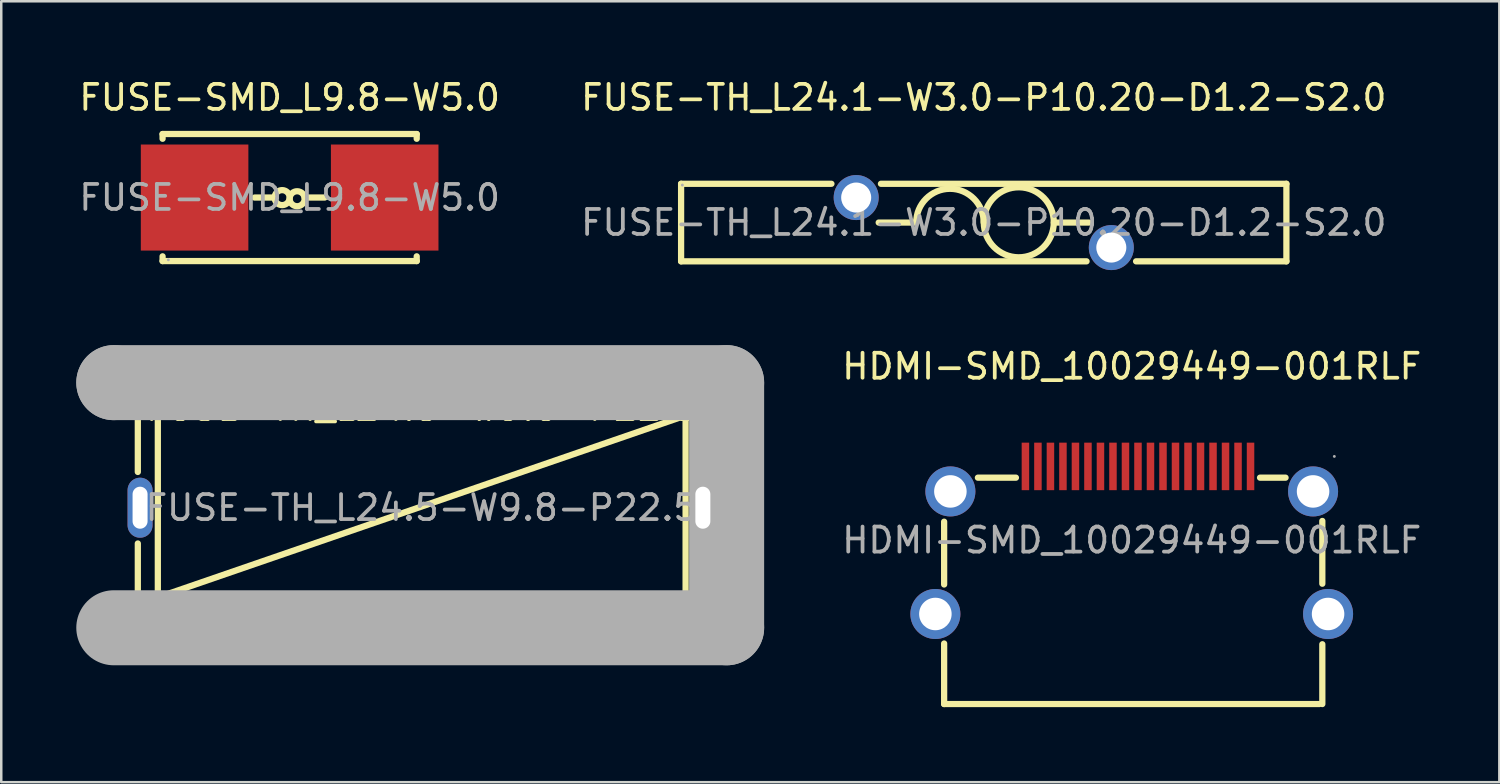
<source format=kicad_pcb>
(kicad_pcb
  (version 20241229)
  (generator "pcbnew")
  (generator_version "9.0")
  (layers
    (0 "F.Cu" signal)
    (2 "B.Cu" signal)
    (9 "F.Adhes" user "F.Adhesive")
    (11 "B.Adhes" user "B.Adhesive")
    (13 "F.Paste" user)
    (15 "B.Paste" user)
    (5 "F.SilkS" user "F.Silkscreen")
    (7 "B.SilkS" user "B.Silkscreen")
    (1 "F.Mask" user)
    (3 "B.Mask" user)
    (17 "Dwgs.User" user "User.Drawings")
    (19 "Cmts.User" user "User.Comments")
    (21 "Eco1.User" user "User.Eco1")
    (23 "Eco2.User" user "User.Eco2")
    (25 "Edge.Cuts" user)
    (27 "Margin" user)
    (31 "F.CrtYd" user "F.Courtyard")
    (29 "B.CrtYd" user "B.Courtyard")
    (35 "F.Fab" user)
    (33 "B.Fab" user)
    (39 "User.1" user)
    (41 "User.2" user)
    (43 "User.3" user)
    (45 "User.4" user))
  (footprint "FUSE-TH_L24.1-W3.0-P10.20-D1.2-S2.0"
    (layer "F.Cu")
    (at 36.28 5.848)
    (property "Reference" "FUSE-TH_L24.1-W3.0-P10.20-D1.2-S2.0" (at 0 -5 0) (layer "F.SilkS") (effects (font (size 1 1) (thickness 0.15))))
    (attr through_hole)
    (fp_line (start -12.1 -1.55) (end -6.09 -1.55) (stroke (width 0.25) (type solid)) (layer "F.SilkS"))
    (fp_line (start -12.1 1.55) (end -12.1 -1.55) (stroke (width 0.25) (type solid)) (layer "F.SilkS"))
    (fp_line (start -4.11 -1.55) (end 12.1 -1.55) (stroke (width 0.25) (type solid)) (layer "F.SilkS"))
    (fp_line (start -2.7 0) (end -4.2 0) (stroke (width 0.25) (type solid)) (layer "F.SilkS"))
    (fp_line (start 2.8 0) (end 4.2 0) (stroke (width 0.25) (type solid)) (layer "F.SilkS"))
    (fp_line (start 4.11 1.55) (end -12.1 1.55) (stroke (width 0.25) (type solid)) (layer "F.SilkS"))
    (fp_line (start 12.1 -1.55) (end 12.1 1.55) (stroke (width 0.25) (type solid)) (layer "F.SilkS"))
    (fp_line (start 12.1 1.55) (end 6.09 1.55) (stroke (width 0.25) (type solid)) (layer "F.SilkS"))
    (fp_arc (start -2.7 0) (mid -1.35 -1.35) (end 0 0) (stroke (width 0.25) (type solid)) (layer "F.SilkS"))
    (fp_arc (start 0.000213 -0.034433) (mid 2.799947 0.002217) (end 0 -0.01) (stroke (width 0.25) (type solid)) (layer "F.SilkS"))
    (fp_circle (center -12.05 -1.5) (end -12.02 -1.5) (stroke (width 0.06) (type solid)) (fill no) (layer "F.Fab"))
    (fp_circle (center -5.1 -1) (end -4.92 -1) (stroke (width 0.35) (type solid)) (fill no) (layer "F.Fab"))
    (fp_circle (center 5.1 1) (end 5.28 1) (stroke (width 0.35) (type solid)) (fill no) (layer "F.Fab"))
    (fp_text user "${REFERENCE}" (at 0 0 0) (layer "F.Fab") (effects (font (size 1 1) (thickness 0.15))))
    (pad "1" thru_hole circle (at -5.1 -1) (size 1.8 1.8) (drill 1.2) (layers "*.Cu" "*.Mask"))
    (pad "2" thru_hole circle (at 5.1 1) (size 1.8 1.8) (drill 1.2) (layers "*.Cu" "*.Mask")))
  (footprint "FUSE-TH_L24.5-W9.8-P22.5"
    (layer "F.Cu")
    (at 13.8 17.248)
    (property "Reference" "FUSE-TH_L24.5-W9.8-P22.5" (at 0 -4 0) (layer "F.SilkS") (effects (font (size 1 1) (thickness 0.15))))
    (attr smd)
    (fp_line (start -11.34 -4.55) (end -11.34 -1.43) (stroke (width 0.25) (type solid)) (layer "F.SilkS"))
    (fp_line (start -11.34 -4.55) (end 11.26 -4.55) (stroke (width 0.25) (type solid)) (layer "F.SilkS"))
    (fp_line (start -11.34 1.43) (end -11.34 4.45) (stroke (width 0.25) (type solid)) (layer "F.SilkS"))
    (fp_line (start -10.54 -3.75) (end 10.56 -3.75) (stroke (width 0.25) (type solid)) (layer "F.SilkS"))
    (fp_line (start -10.54 3.65) (end -10.54 -3.75) (stroke (width 0.25) (type solid)) (layer "F.SilkS"))
    (fp_line (start 10.46 -3.65) (end -10.44 3.55) (stroke (width 0.25) (type solid)) (layer "F.SilkS"))
    (fp_line (start 10.56 -3.75) (end 10.56 3.65) (stroke (width 0.25) (type solid)) (layer "F.SilkS"))
    (fp_line (start 10.56 3.65) (end -10.54 3.65) (stroke (width 0.25) (type solid)) (layer "F.SilkS"))
    (fp_line (start 11.26 -1.43) (end 11.26 -4.55) (stroke (width 0.25) (type solid)) (layer "F.SilkS"))
    (fp_line (start 11.26 4.45) (end -11.34 4.45) (stroke (width 0.25) (type solid)) (layer "F.SilkS"))
    (fp_line (start 11.26 4.45) (end 11.26 1.43) (stroke (width 0.25) (type solid)) (layer "F.SilkS"))
    (fp_line (start -12.3 -5) (end -12.3 -5) (stroke (width 3) (type solid)) (layer "F.Fab"))
    (fp_line (start -12.3 -5) (end 12.2 -5) (stroke (width 3) (type solid)) (layer "F.Fab"))
    (fp_line (start 12.2 -5) (end 12.2 4.8) (stroke (width 3) (type solid)) (layer "F.Fab"))
    (fp_line (start 12.2 4.8) (end -12.3 4.8) (stroke (width 3) (type solid)) (layer "F.Fab"))
    (fp_circle (center -12.43 4.93) (end -12.4 4.93) (stroke (width 0.06) (type solid)) (fill no) (layer "F.Fab"))
    (fp_text user "${REFERENCE}" (at 0 0 0) (layer "F.Fab") (effects (font (size 1 1) (thickness 0.15))))
    (pad "1" thru_hole oval (at -11.25 0) (size 1 2.4) (drill oval 0.6 1.68) (layers "*.Cu" "*.Paste" "*.Mask"))
    (pad "2" thru_hole oval (at 11.25 0) (size 1 2.4) (drill oval 0.6 1.68) (layers "*.Cu" "*.Paste" "*.Mask")))
  (footprint "HDMI-SMD_10029449-001RLF"
    (layer "F.Cu")
    (at 42.196 18.547)
    (property "Reference" "HDMI-SMD_10029449-001RLF" (at 0 -6.95 0) (layer "F.SilkS") (effects (font (size 1 1) (thickness 0.15))))
    (attr smd)
    (fp_line (start -7.5 1.77) (end -7.5 -0.74) (stroke (width 0.25) (type solid)) (layer "F.SilkS"))
    (fp_line (start -7.5 6.55) (end -7.5 4.13) (stroke (width 0.25) (type solid)) (layer "F.SilkS"))
    (fp_line (start -7.5 6.55) (end 7.5 6.55) (stroke (width 0.25) (type solid)) (layer "F.SilkS"))
    (fp_line (start -6.15 -2.5) (end -4.63 -2.5) (stroke (width 0.25) (type solid)) (layer "F.SilkS"))
    (fp_line (start 5.13 -2.5) (end 6.15 -2.5) (stroke (width 0.25) (type solid)) (layer "F.SilkS"))
    (fp_line (start 7.62 -0.77) (end 7.62 1.74) (stroke (width 0.25) (type solid)) (layer "F.SilkS"))
    (fp_line (start 7.62 4.16) (end 7.62 6.55) (stroke (width 0.25) (type solid)) (layer "F.SilkS"))
    (fp_circle (center 8.1 -3.35) (end 8.13 -3.35) (stroke (width 0.06) (type solid)) (fill no) (layer "F.Fab"))
    (fp_text user "${REFERENCE}" (at 0 0 0) (layer "F.Fab") (effects (font (size 1 1) (thickness 0.15))))
    (pad "1" smd rect (at 4.75 -2.95 180) (size 0.3 1.9) (layers "F.Cu" "F.Mask" "F.Paste"))
    (pad "2" smd rect (at 4.25 -2.95 180) (size 0.3 1.9) (layers "F.Cu" "F.Mask" "F.Paste"))
    (pad "3" smd rect (at 3.75 -2.95 180) (size 0.3 1.9) (layers "F.Cu" "F.Mask" "F.Paste"))
    (pad "4" smd rect (at 3.25 -2.95 180) (size 0.3 1.9) (layers "F.Cu" "F.Mask" "F.Paste"))
    (pad "5" smd rect (at 2.75 -2.95 180) (size 0.3 1.9) (layers "F.Cu" "F.Mask" "F.Paste"))
    (pad "6" smd rect (at 2.25 -2.95 180) (size 0.3 1.9) (layers "F.Cu" "F.Mask" "F.Paste"))
    (pad "7" smd rect (at 1.75 -2.95 180) (size 0.3 1.9) (layers "F.Cu" "F.Mask" "F.Paste"))
    (pad "8" smd rect (at 1.25 -2.95 180) (size 0.3 1.9) (layers "F.Cu" "F.Mask" "F.Paste"))
    (pad "9" smd rect (at 0.75 -2.95 180) (size 0.3 1.9) (layers "F.Cu" "F.Mask" "F.Paste"))
    (pad "10" smd rect (at 0.25 -2.95 180) (size 0.3 1.9) (layers "F.Cu" "F.Mask" "F.Paste"))
    (pad "11" smd rect (at -0.25 -2.95 180) (size 0.3 1.9) (layers "F.Cu" "F.Mask" "F.Paste"))
    (pad "12" smd rect (at -0.75 -2.95 180) (size 0.3 1.9) (layers "F.Cu" "F.Mask" "F.Paste"))
    (pad "13" smd rect (at -1.25 -2.95 180) (size 0.3 1.9) (layers "F.Cu" "F.Mask" "F.Paste"))
    (pad "14" smd rect (at -1.75 -2.95 180) (size 0.3 1.9) (layers "F.Cu" "F.Mask" "F.Paste"))
    (pad "15" smd rect (at -2.25 -2.95 180) (size 0.3 1.9) (layers "F.Cu" "F.Mask" "F.Paste"))
    (pad "16" smd rect (at -2.75 -2.95 180) (size 0.3 1.9) (layers "F.Cu" "F.Mask" "F.Paste"))
    (pad "17" smd rect (at -3.25 -2.95 180) (size 0.3 1.9) (layers "F.Cu" "F.Mask" "F.Paste"))
    (pad "18" smd rect (at -3.75 -2.95 180) (size 0.3 1.9) (layers "F.Cu" "F.Mask" "F.Paste"))
    (pad "19" smd rect (at -4.25 -2.95 180) (size 0.3 1.9) (layers "F.Cu" "F.Mask" "F.Paste"))
    (pad "20" thru_hole circle (at -7.85 2.95 180) (size 2 2) (drill 1.3) (layers "*.Cu" "*.Paste" "*.Mask"))
    (pad "20" thru_hole circle (at -7.25 -1.95 180) (size 2 2) (drill 1.3) (layers "*.Cu" "*.Paste" "*.Mask"))
    (pad "20" thru_hole circle (at 7.25 -1.95 180) (size 2 2) (drill 1.3) (layers "*.Cu" "*.Paste" "*.Mask"))
    (pad "20" thru_hole circle (at 7.85 2.95 180) (size 2 2) (drill 1.3) (layers "*.Cu" "*.Paste" "*.Mask")))
  (footprint "FUSE-SMD_L9.8-W5.0"
    (layer "F.Cu")
    (at 8.53 4.848)
    (property "Reference" "FUSE-SMD_L9.8-W5.0" (at 0 -4 0) (layer "F.SilkS") (effects (font (size 1 1) (thickness 0.15))))
    (attr smd)
    (fp_line (start -5.08 -2.54) (end 5.08 -2.54) (stroke (width 0.25) (type solid)) (layer "F.SilkS"))
    (fp_line (start -5.08 -2.35) (end -5.08 -2.54) (stroke (width 0.25) (type solid)) (layer "F.SilkS"))
    (fp_line (start -5.08 2.54) (end -5.08 2.35) (stroke (width 0.25) (type solid)) (layer "F.SilkS"))
    (fp_line (start -1.4 0) (end -0.6 0) (stroke (width 0.25) (type solid)) (layer "F.SilkS"))
    (fp_line (start 1.4 0) (end 0.6 0) (stroke (width 0.25) (type solid)) (layer "F.SilkS"))
    (fp_line (start 5.08 -2.54) (end 5.08 -2.35) (stroke (width 0.25) (type solid)) (layer "F.SilkS"))
    (fp_line (start 5.08 2.35) (end 5.08 2.54) (stroke (width 0.25) (type solid)) (layer "F.SilkS"))
    (fp_line (start 5.08 2.54) (end -5.08 2.54) (stroke (width 0.25) (type solid)) (layer "F.SilkS"))
    (fp_arc (start -0.000046 0.005236) (mid -0.599988 -0.002618) (end 0 0) (stroke (width 0.25) (type solid)) (layer "F.SilkS"))
    (fp_arc (start 0.000046 0.044764) (mid 0.599988 0.052618) (end 0 0.05) (stroke (width 0.25) (type solid)) (layer "F.SilkS"))
    (fp_circle (center -4.85 2.49) (end -4.82 2.49) (stroke (width 0.06) (type solid)) (fill no) (layer "F.Fab"))
    (fp_text user "${REFERENCE}" (at 0 0 0) (layer "F.Fab") (effects (font (size 1 1) (thickness 0.15))))
    (pad "1" smd rect (at -3.8 0) (size 4.3 4.24) (layers "F.Cu" "F.Mask" "F.Paste"))
    (pad "2" smd rect (at 3.8 0) (size 4.3 4.24) (layers "F.Cu" "F.Mask" "F.Paste")))
  (gr_rect
    (start -3 -3)
    (end 56.893 28.221)
    (stroke (width 0.1) (type default))
    (fill no)
    (layer "Edge.Cuts")))
</source>
